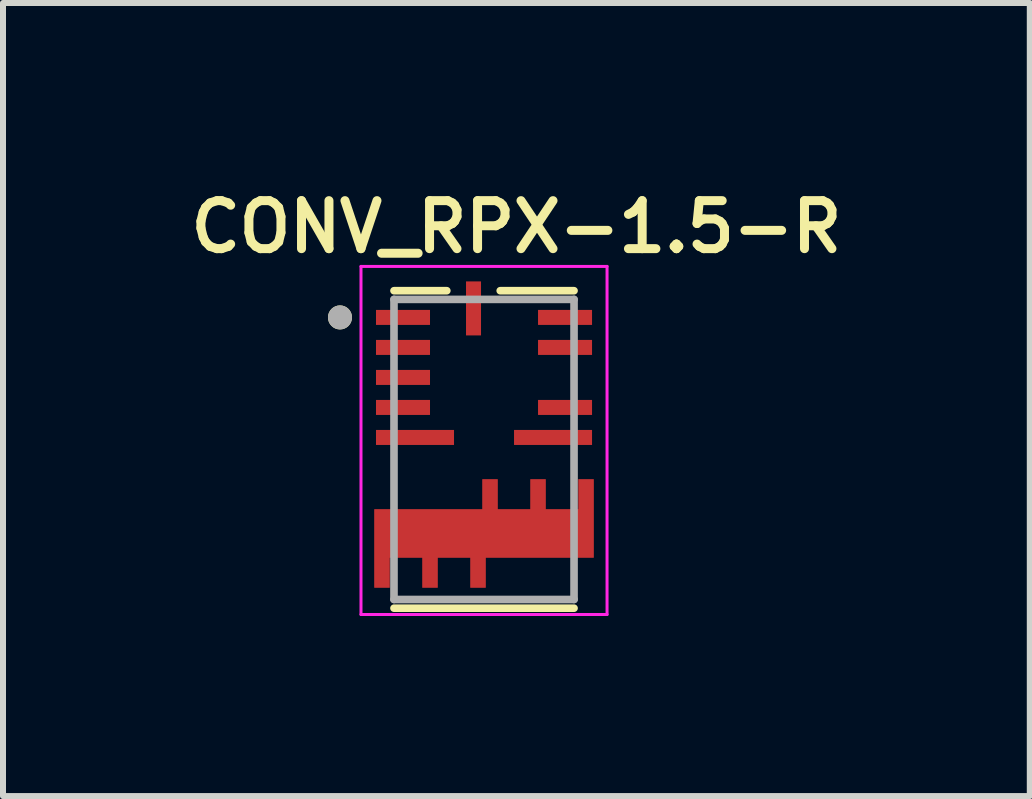
<source format=kicad_pcb>
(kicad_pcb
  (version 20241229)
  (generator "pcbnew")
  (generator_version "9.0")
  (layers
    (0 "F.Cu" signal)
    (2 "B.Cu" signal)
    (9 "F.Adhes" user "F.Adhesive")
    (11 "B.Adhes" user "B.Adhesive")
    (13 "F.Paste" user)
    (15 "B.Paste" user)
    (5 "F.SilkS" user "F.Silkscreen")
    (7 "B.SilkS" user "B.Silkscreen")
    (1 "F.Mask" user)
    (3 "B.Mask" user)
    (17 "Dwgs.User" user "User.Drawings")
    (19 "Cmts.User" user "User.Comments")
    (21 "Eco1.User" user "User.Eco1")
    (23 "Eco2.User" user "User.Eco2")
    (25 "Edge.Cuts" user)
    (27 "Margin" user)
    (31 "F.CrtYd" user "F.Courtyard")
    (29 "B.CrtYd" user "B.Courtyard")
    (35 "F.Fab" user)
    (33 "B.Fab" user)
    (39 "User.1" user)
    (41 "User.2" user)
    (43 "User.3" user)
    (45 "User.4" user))
  (footprint "CONV_RPX-1.5-R"
    (layer "F.Cu")
    (at 5.015 4.439)
    (property "Reference" "CONV_RPX-1.5-R" (at 0.54 -3.708 0) (layer "F.SilkS") (effects (font (size 0.8 0.8) (thickness 0.15))))
    (attr smd)
    (fp_poly (pts (xy -1.9 0.375) (xy -1.9 0.825) (xy -1.4 0.825) (xy -1.4 1.175) (xy -1.9 1.175) (xy -1.9 1.625) (xy -1.4 1.625) (xy -1.4 1.975) (xy -1.9 1.975) (xy -1.9 2.425) (xy -0.4 2.425) (xy -0.4 0.375)) (stroke (width 0.01) (type solid)) (fill yes) (layer "F.Mask"))
    (fp_poly (pts (xy 1.9 0.375) (xy 1.9 0.825) (xy 1.4 0.825) (xy 1.4 1.175) (xy 1.9 1.175) (xy 1.9 1.625) (xy 1.4 1.625) (xy 1.4 1.975) (xy 1.9 1.975) (xy 1.9 2.425) (xy 0.4 2.425) (xy 0.4 0.375)) (stroke (width 0.01) (type solid)) (fill yes) (layer "F.Mask"))
    (fp_line (start -1.5 -2.645) (end -0.62 -2.645) (stroke (width 0.127) (type solid)) (layer "F.SilkS"))
    (fp_line (start -1.5 2.645) (end 1.5 2.645) (stroke (width 0.127) (type solid)) (layer "F.SilkS"))
    (fp_line (start 0.27 -2.645) (end 1.5 -2.645) (stroke (width 0.127) (type solid)) (layer "F.SilkS"))
    (fp_circle (center -2.4 -2.2) (end -2.3 -2.2) (stroke (width 0.2) (type solid)) (fill no) (layer "F.SilkS"))
    (fp_poly (pts (xy -1.8 0.475) (xy -1.8 0.725) (xy -1.3 0.725) (xy -1.3 1.275) (xy -1.8 1.275) (xy -1.8 1.525) (xy -1.3 1.525) (xy -1.3 2.075) (xy -1.8 2.075) (xy -1.8 2.325) (xy -0.5 2.325) (xy -0.5 0.475)) (stroke (width 0.01) (type solid)) (fill yes) (layer "F.Paste"))
    (fp_poly (pts (xy 1.8 0.475) (xy 1.8 0.725) (xy 1.3 0.725) (xy 1.3 1.275) (xy 1.8 1.275) (xy 1.8 1.525) (xy 1.3 1.525) (xy 1.3 2.075) (xy 1.8 2.075) (xy 1.8 2.325) (xy 0.5 2.325) (xy 0.5 0.475)) (stroke (width 0.01) (type solid)) (fill yes) (layer "F.Paste"))
    (fp_line (start -2.05 -3.05) (end -2.05 2.75) (stroke (width 0.05) (type solid)) (layer "F.CrtYd"))
    (fp_line (start -2.05 2.75) (end 2.05 2.75) (stroke (width 0.05) (type solid)) (layer "F.CrtYd"))
    (fp_line (start 2.05 -3.05) (end -2.05 -3.05) (stroke (width 0.05) (type solid)) (layer "F.CrtYd"))
    (fp_line (start 2.05 2.75) (end 2.05 -3.05) (stroke (width 0.05) (type solid)) (layer "F.CrtYd"))
    (fp_line (start -1.5 -2.5) (end -1.5 2.5) (stroke (width 0.127) (type solid)) (layer "F.Fab"))
    (fp_line (start -1.5 2.5) (end 1.5 2.5) (stroke (width 0.127) (type solid)) (layer "F.Fab"))
    (fp_line (start 1.5 -2.5) (end -1.5 -2.5) (stroke (width 0.127) (type solid)) (layer "F.Fab"))
    (fp_line (start 1.5 2.5) (end 1.5 -2.5) (stroke (width 0.127) (type solid)) (layer "F.Fab"))
    (fp_circle (center -2.4 -2.2) (end -2.3 -2.2) (stroke (width 0.2) (type solid)) (fill no) (layer "F.Fab"))
    (pad "1" smd rect (at -1.35 -2.2) (size 0.9 0.25) (layers "F.Cu" "F.Mask" "F.Paste"))
    (pad "2" smd rect (at -1.35 -1.7) (size 0.9 0.25) (layers "F.Cu" "F.Mask" "F.Paste"))
    (pad "3" smd rect (at -1.35 -1.2) (size 0.9 0.25) (layers "F.Cu" "F.Mask" "F.Paste"))
    (pad "4" smd rect (at -1.35 -0.7) (size 0.9 0.25) (layers "F.Cu" "F.Mask" "F.Paste"))
    (pad "5" smd rect (at -1.15 -0.2) (size 1.3 0.25) (layers "F.Cu" "F.Mask" "F.Paste"))
    (pad "6_7_8" smd custom (at -0.9 1.4 90) (size 0.5 0.5) (layers "F.Cu") (options (anchor rect)) (primitives (gr_poly (pts (xy -0.9 -0.925) (xy -0.9 -0.675) (xy -0.4 -0.675) (xy -0.4 -0.125) (xy -0.9 -0.125) (xy -0.9 0.125) (xy -0.4 0.125) (xy -0.4 0.675) (xy -0.9 0.675) (xy -0.9 0.925) (xy 0.4 0.925) (xy 0.4 -0.925)) (width 0.01) (fill yes))))
    (pad "9_10_11" smd custom (at 0.9 1.4 90) (size 0.5 0.5) (layers "F.Cu") (options (anchor rect)) (primitives (gr_poly (pts (xy 0.9 -0.925) (xy 0.9 -0.675) (xy 0.4 -0.675) (xy 0.4 -0.125) (xy 0.9 -0.125) (xy 0.9 0.125) (xy 0.4 0.125) (xy 0.4 0.675) (xy 0.9 0.675) (xy 0.9 0.925) (xy -0.4 0.925) (xy -0.4 -0.925)) (width 0.01) (fill yes))))
    (pad "12" smd rect (at 1.15 -0.2 180) (size 1.3 0.25) (layers "F.Cu" "F.Mask" "F.Paste"))
    (pad "13" smd rect (at 1.35 -0.7 180) (size 0.9 0.25) (layers "F.Cu" "F.Mask" "F.Paste"))
    (pad "14" smd rect (at 1.35 -1.7 180) (size 0.9 0.25) (layers "F.Cu" "F.Mask" "F.Paste"))
    (pad "15" smd rect (at 1.35 -2.2 180) (size 0.9 0.25) (layers "F.Cu" "F.Mask" "F.Paste"))
    (pad "16" smd rect (at -0.175 -2.35) (size 0.25 0.9) (layers "F.Cu" "F.Mask" "F.Paste"))
    (zone (net_name "") (layer "F.Cu") (hatch full 0.508) (connect_pads) (min_thickness 0.01) (filled_areas_thickness no) (keepout (tracks not_allowed) (vias not_allowed) (pads not_allowed) (copperpour not_allowed) (footprints allowed)) (placement (enabled no)) (fill) (polygon (pts (xy 4.515 3.089) (xy 5.165 3.089) (xy 5.165 3.889) (xy 4.515 3.889))))
    (zone (net_name "") (layers "F.Cu" "B.Cu") (hatch full 0.508) (connect_pads) (min_thickness 0.01) (filled_areas_thickness no) (keepout (tracks allowed) (vias not_allowed) (pads allowed) (copperpour allowed) (footprints allowed)) (placement (enabled no)) (fill) (polygon (pts (xy 4.515 3.089) (xy 5.165 3.089) (xy 5.165 3.889) (xy 4.515 3.889)))))
  (gr_rect
    (start -3 -3)
    (end 14.109 10.214)
    (stroke (width 0.1) (type default))
    (fill no)
    (layer "Edge.Cuts")))
</source>
